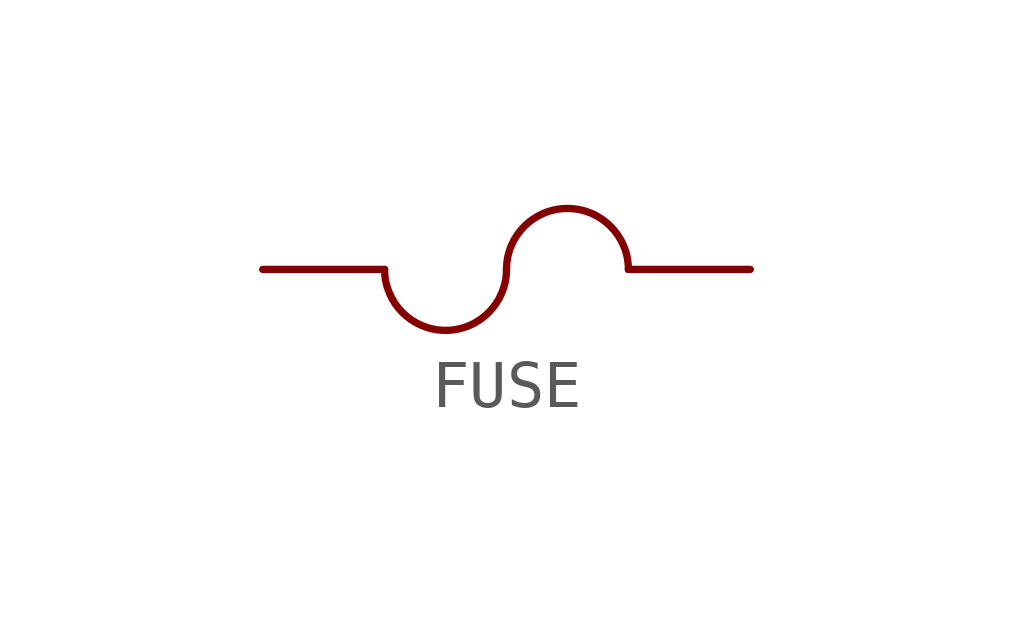
<source format=kicad_sym>
(kicad_symbol_lib
  (version 20231120)
  (generator "kicad_symbol_editor")
  (generator_version "8.0")
  (symbol "FUSE"
    (property "Reference" ""
      (at -3.049 0.365 0)
      (effects (font (size 1.016 0.864)) (justify left bottom) (hide yes)))
    (property "ki_locked" ""
      (at 0 0 0)
      (effects (font (size 1.27 1.27))))
    (symbol "FUSE_1_0"
      (arc (start -2.54 0) (mid -1.27 -1.27) (end 0 0) (stroke (width 0.1524) (type solid)) (fill (type none)))
      (arc (start 2.54 0) (mid 1.27 1.27) (end 0 0) (stroke (width 0.1524) (type solid)) (fill (type none)))
      (pin bidirectional line (at -5.08 0 0) (length 2.54) (name "P$1" (effects (font (size 0 0)))) (number "1" (effects (font (size 0 0)))))
      (pin bidirectional line (at 5.08 0 180) (length 2.54) (name "P$2" (effects (font (size 0 0)))) (number "2" (effects (font (size 0 0))))))))
</source>
